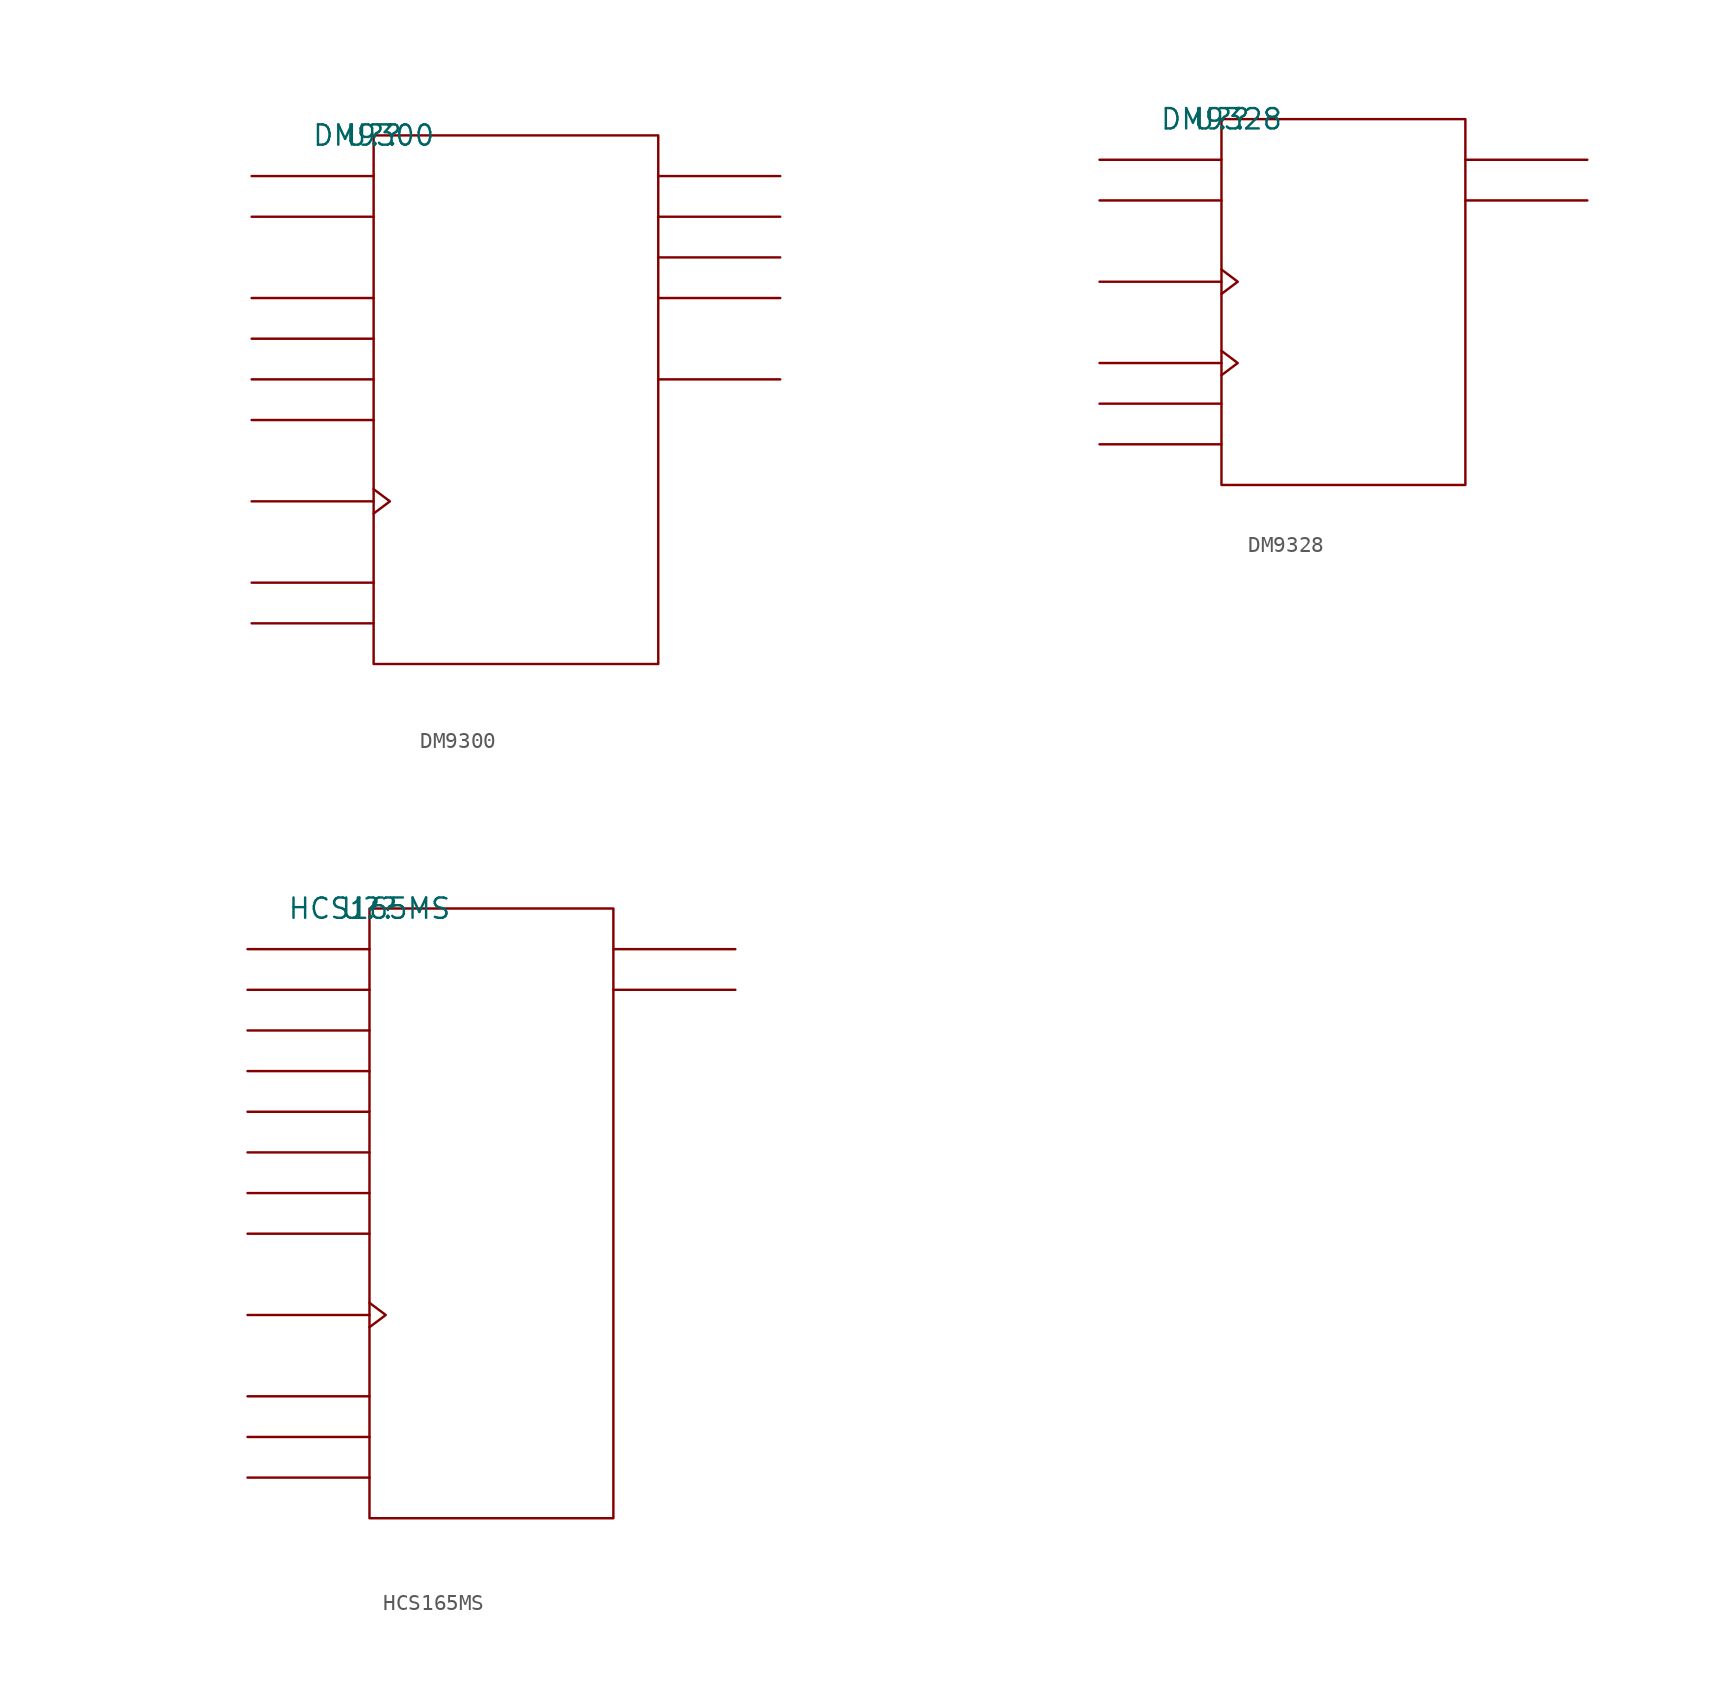
<source format=kicad_sym>
(kicad_symbol_lib
  (version 20211014)
  (generator kicad_symbol_editor)
  (symbol "DM9300"
    (pin_names
      (offset 0.762))
    (property "Reference" "U?"
      (at 0 0 0)
      (effects (font (size 1.27 1.27))))
    (property "Value" "DM9300"
      (at 0 0 0)
      (effects (font (size 1.27 1.27))))
    (symbol "DM9300_0_1"
      (rectangle (start 0 -33.02) (end 17.78 0) (stroke (width 0) (type default) (color 0 0 0 0)) (fill (type none)))
      (polyline (pts (xy 0 -30.48) (xy -7.62 -30.48)) (stroke (width 0) (type default) (color 0 0 0 0)) (fill (type none)))
      (polyline (pts (xy 0 -27.94) (xy -7.62 -27.94)) (stroke (width 0) (type default) (color 0 0 0 0)) (fill (type none)))
      (polyline (pts (xy 0 -22.86) (xy -7.62 -22.86)) (stroke (width 0) (type default) (color 0 0 0 0)) (fill (type none)))
      (polyline (pts (xy 0 -17.78) (xy -7.62 -17.78)) (stroke (width 0) (type default) (color 0 0 0 0)) (fill (type none)))
      (polyline (pts (xy 0 -15.24) (xy -7.62 -15.24)) (stroke (width 0) (type default) (color 0 0 0 0)) (fill (type none)))
      (polyline (pts (xy 0 -12.7) (xy -7.62 -12.7)) (stroke (width 0) (type default) (color 0 0 0 0)) (fill (type none)))
      (polyline (pts (xy 0 -10.16) (xy -7.62 -10.16)) (stroke (width 0) (type default) (color 0 0 0 0)) (fill (type none)))
      (polyline (pts (xy 0 -5.08) (xy -7.62 -5.08)) (stroke (width 0) (type default) (color 0 0 0 0)) (fill (type none)))
      (polyline (pts (xy 0 -2.54) (xy -7.62 -2.54)) (stroke (width 0) (type default) (color 0 0 0 0)) (fill (type none)))
      (polyline (pts (xy 17.78 -15.24) (xy 25.4 -15.24)) (stroke (width 0) (type default) (color 0 0 0 0)) (fill (type none)))
      (polyline (pts (xy 17.78 -10.16) (xy 25.4 -10.16)) (stroke (width 0) (type default) (color 0 0 0 0)) (fill (type none)))
      (polyline (pts (xy 17.78 -7.62) (xy 25.4 -7.62)) (stroke (width 0) (type default) (color 0 0 0 0)) (fill (type none)))
      (polyline (pts (xy 17.78 -5.08) (xy 25.4 -5.08)) (stroke (width 0) (type default) (color 0 0 0 0)) (fill (type none)))
      (polyline (pts (xy 17.78 -2.54) (xy 25.4 -2.54)) (stroke (width 0) (type default) (color 0 0 0 0)) (fill (type none)))
      (polyline (pts (xy 0 -22.098) (xy 1.016 -22.86) (xy 0 -23.622)) (stroke (width 0) (type default) (color 0 0 0 0)) (fill (type none))))
    (symbol "DM9300_1_1"
      (pin unspecified line (at -7.62 -27.94 0) (length 7.62) hide (name "CLR" (effects (font (size 1.245 1.245)))) (number "1" (effects (font (size 1.245 1.245)))))
      (pin unspecified line (at -7.62 -22.86 180) (length 7.62) hide (name "CLK" (effects (font (size 1.245 1.245)))) (number "10" (effects (font (size 1.245 1.245)))))
      (pin unspecified line (at 25.4 -15.24 180) (length 7.62) hide (name "Q\\D" (effects (font (size 1.245 1.245)))) (number "11" (effects (font (size 1.245 1.245)))))
      (pin unspecified line (at 25.4 -10.16 180) (length 7.62) hide (name "QD" (effects (font (size 1.245 1.245)))) (number "12" (effects (font (size 1.245 1.245)))))
      (pin unspecified line (at 25.4 -7.62 180) (length 7.62) hide (name "QC" (effects (font (size 1.245 1.245)))) (number "13" (effects (font (size 1.245 1.245)))))
      (pin unspecified line (at 25.4 -5.08 180) (length 7.62) hide (name "QB" (effects (font (size 1.245 1.245)))) (number "14" (effects (font (size 1.245 1.245)))))
      (pin unspecified line (at 25.4 -2.54 180) (length 7.62) hide (name "QA" (effects (font (size 1.245 1.245)))) (number "15" (effects (font (size 1.245 1.245)))))
      (pin power_in line (at 7.62 0 180) (length 7.62) hide (name "VCC" (effects (font (size 1.245 1.245)))) (number "16" (effects (font (size 1.245 1.245)))))
      (pin unspecified line (at -7.62 -2.54 0) (length 7.62) hide (name "J" (effects (font (size 1.245 1.245)))) (number "2" (effects (font (size 1.245 1.245)))))
      (pin unspecified line (at -7.62 -5.08 0) (length 7.62) hide (name "K\\" (effects (font (size 1.245 1.245)))) (number "3" (effects (font (size 1.245 1.245)))))
      (pin unspecified line (at -7.62 -10.16 0) (length 7.62) hide (name "P0" (effects (font (size 1.245 1.245)))) (number "4" (effects (font (size 1.245 1.245)))))
      (pin unspecified line (at -7.62 -12.7 0) (length 7.62) hide (name "P1" (effects (font (size 1.245 1.245)))) (number "5" (effects (font (size 1.245 1.245)))))
      (pin unspecified line (at -7.62 -15.24 0) (length 7.62) hide (name "P2" (effects (font (size 1.245 1.245)))) (number "6" (effects (font (size 1.245 1.245)))))
      (pin unspecified line (at -7.62 -17.78 0) (length 7.62) hide (name "P3" (effects (font (size 1.245 1.245)))) (number "7" (effects (font (size 1.245 1.245)))))
      (pin power_in line (at 15.24 -33.02 0) (length 7.62) hide (name "GND" (effects (font (size 1.245 1.245)))) (number "8" (effects (font (size 1.245 1.245)))))
      (pin unspecified line (at -7.62 -30.48 0) (length 7.62) hide (name "SFT/LOAD" (effects (font (size 1.245 1.245)))) (number "9" (effects (font (size 1.245 1.245)))))))
  (symbol "DM9328"
    (pin_names
      (offset 0.762))
    (property "Reference" "U?"
      (at 0 0 0)
      (effects (font (size 1.27 1.27))))
    (property "Value" "DM9328"
      (at 0 0 0)
      (effects (font (size 1.27 1.27))))
    (symbol "DM9328_0_1"
      (rectangle (start 0 -22.86) (end 15.24 0) (stroke (width 0) (type default) (color 0 0 0 0)) (fill (type none)))
      (polyline (pts (xy 0 -20.32) (xy -7.62 -20.32)) (stroke (width 0) (type default) (color 0 0 0 0)) (fill (type none)))
      (polyline (pts (xy 0 -17.78) (xy -7.62 -17.78)) (stroke (width 0) (type default) (color 0 0 0 0)) (fill (type none)))
      (polyline (pts (xy 0 -15.24) (xy -7.62 -15.24)) (stroke (width 0) (type default) (color 0 0 0 0)) (fill (type none)))
      (polyline (pts (xy 0 -10.16) (xy -7.62 -10.16)) (stroke (width 0) (type default) (color 0 0 0 0)) (fill (type none)))
      (polyline (pts (xy 0 -5.08) (xy -7.62 -5.08)) (stroke (width 0) (type default) (color 0 0 0 0)) (fill (type none)))
      (polyline (pts (xy 0 -2.54) (xy -7.62 -2.54)) (stroke (width 0) (type default) (color 0 0 0 0)) (fill (type none)))
      (polyline (pts (xy 15.24 -5.08) (xy 22.86 -5.08)) (stroke (width 0) (type default) (color 0 0 0 0)) (fill (type none)))
      (polyline (pts (xy 15.24 -2.54) (xy 22.86 -2.54)) (stroke (width 0) (type default) (color 0 0 0 0)) (fill (type none)))
      (polyline (pts (xy 0 -14.478) (xy 1.016 -15.24) (xy 0 -16.002)) (stroke (width 0) (type default) (color 0 0 0 0)) (fill (type none)))
      (polyline (pts (xy 0 -9.398) (xy 1.016 -10.16) (xy 0 -10.922)) (stroke (width 0) (type default) (color 0 0 0 0)) (fill (type none))))
    (symbol "DM9328_1_1"
      (pin unspecified line (at -7.62 -17.78 0) (length 7.62) hide (name "M\\R\\" (effects (font (size 1.245 1.245)))) (number "1" (effects (font (size 1.245 1.245)))))
      (pin power_in line (at 7.62 0 180) (length 7.62) hide (name "VCC" (effects (font (size 1.245 1.245)))) (number "16" (effects (font (size 1.245 1.245)))))
      (pin unspecified line (at 22.86 -5.08 180) (length 7.62) hide (name "Q\\7\\" (effects (font (size 1.245 1.245)))) (number "2" (effects (font (size 1.245 1.245)))))
      (pin unspecified line (at 22.86 -2.54 180) (length 7.62) hide (name "Q7" (effects (font (size 1.245 1.245)))) (number "3" (effects (font (size 1.245 1.245)))))
      (pin unspecified line (at -7.62 -20.32 0) (length 7.62) hide (name "S" (effects (font (size 1.245 1.245)))) (number "4" (effects (font (size 1.245 1.245)))))
      (pin unspecified line (at -7.62 -5.08 0) (length 7.62) hide (name "D1" (effects (font (size 1.245 1.245)))) (number "5" (effects (font (size 1.245 1.245)))))
      (pin unspecified line (at -7.62 -2.54 0) (length 7.62) hide (name "D0" (effects (font (size 1.245 1.245)))) (number "6" (effects (font (size 1.245 1.245)))))
      (pin unspecified line (at -7.62 -10.16 180) (length 7.62) hide (name "CLK" (effects (font (size 1.245 1.245)))) (number "7" (effects (font (size 1.245 1.245)))))
      (pin power_in line (at 12.7 -22.86 180) (length 7.62) hide (name "GND" (effects (font (size 1.245 1.245)))) (number "8" (effects (font (size 1.245 1.245)))))
      (pin unspecified line (at -7.62 -15.24 180) (length 7.62) hide (name "CPCOM" (effects (font (size 1.245 1.245)))) (number "9" (effects (font (size 1.245 1.245)))))))
  (symbol "HCS165MS"
    (pin_names
      (offset 0.762))
    (property "Reference" "U?"
      (at 0 0 0)
      (effects (font (size 1.27 1.27))))
    (property "Value" "HCS165MS"
      (at 0 0 0)
      (effects (font (size 1.27 1.27))))
    (symbol "HCS165MS_0_1"
      (rectangle (start 0 -38.1) (end 15.24 0) (stroke (width 0) (type default) (color 0 0 0 0)) (fill (type none)))
      (polyline (pts (xy 0 -35.56) (xy -7.62 -35.56)) (stroke (width 0) (type default) (color 0 0 0 0)) (fill (type none)))
      (polyline (pts (xy 0 -33.02) (xy -7.62 -33.02)) (stroke (width 0) (type default) (color 0 0 0 0)) (fill (type none)))
      (polyline (pts (xy 0 -30.48) (xy -7.62 -30.48)) (stroke (width 0) (type default) (color 0 0 0 0)) (fill (type none)))
      (polyline (pts (xy 0 -25.4) (xy -7.62 -25.4)) (stroke (width 0) (type default) (color 0 0 0 0)) (fill (type none)))
      (polyline (pts (xy 0 -20.32) (xy -7.62 -20.32)) (stroke (width 0) (type default) (color 0 0 0 0)) (fill (type none)))
      (polyline (pts (xy 0 -17.78) (xy -7.62 -17.78)) (stroke (width 0) (type default) (color 0 0 0 0)) (fill (type none)))
      (polyline (pts (xy 0 -15.24) (xy -7.62 -15.24)) (stroke (width 0) (type default) (color 0 0 0 0)) (fill (type none)))
      (polyline (pts (xy 0 -12.7) (xy -7.62 -12.7)) (stroke (width 0) (type default) (color 0 0 0 0)) (fill (type none)))
      (polyline (pts (xy 0 -10.16) (xy -7.62 -10.16)) (stroke (width 0) (type default) (color 0 0 0 0)) (fill (type none)))
      (polyline (pts (xy 0 -7.62) (xy -7.62 -7.62)) (stroke (width 0) (type default) (color 0 0 0 0)) (fill (type none)))
      (polyline (pts (xy 0 -5.08) (xy -7.62 -5.08)) (stroke (width 0) (type default) (color 0 0 0 0)) (fill (type none)))
      (polyline (pts (xy 0 -2.54) (xy -7.62 -2.54)) (stroke (width 0) (type default) (color 0 0 0 0)) (fill (type none)))
      (polyline (pts (xy 15.24 -5.08) (xy 22.86 -5.08)) (stroke (width 0) (type default) (color 0 0 0 0)) (fill (type none)))
      (polyline (pts (xy 15.24 -2.54) (xy 22.86 -2.54)) (stroke (width 0) (type default) (color 0 0 0 0)) (fill (type none)))
      (polyline (pts (xy 0 -24.638) (xy 1.016 -25.4) (xy 0 -26.162)) (stroke (width 0) (type default) (color 0 0 0 0)) (fill (type none))))
    (symbol "HCS165MS_1_1"
      (pin unspecified line (at -7.62 -35.56 0) (length 7.62) hide (name "P\\L\\" (effects (font (size 1.245 1.245)))) (number "1" (effects (font (size 1.245 1.245)))))
      (pin unspecified line (at -7.62 -30.48 0) (length 7.62) hide (name "DS" (effects (font (size 1.245 1.245)))) (number "10" (effects (font (size 1.245 1.245)))))
      (pin unspecified line (at -7.62 -2.54 0) (length 7.62) hide (name "D0" (effects (font (size 1.245 1.245)))) (number "11" (effects (font (size 1.245 1.245)))))
      (pin unspecified line (at -7.62 -5.08 0) (length 7.62) hide (name "D1" (effects (font (size 1.245 1.245)))) (number "12" (effects (font (size 1.245 1.245)))))
      (pin unspecified line (at -7.62 -7.62 0) (length 7.62) hide (name "D2" (effects (font (size 1.245 1.245)))) (number "13" (effects (font (size 1.245 1.245)))))
      (pin unspecified line (at -7.62 -10.16 0) (length 7.62) hide (name "D3" (effects (font (size 1.245 1.245)))) (number "14" (effects (font (size 1.245 1.245)))))
      (pin unspecified line (at -7.62 -33.02 0) (length 7.62) hide (name "C\\E\\" (effects (font (size 1.245 1.245)))) (number "15" (effects (font (size 1.245 1.245)))))
      (pin power_in line (at 7.62 0 0) (length 7.62) hide (name "VCC" (effects (font (size 1.245 1.245)))) (number "16" (effects (font (size 1.245 1.245)))))
      (pin unspecified line (at -7.62 -25.4 180) (length 7.62) hide (name "CLK" (effects (font (size 1.245 1.245)))) (number "2" (effects (font (size 1.245 1.245)))))
      (pin unspecified line (at -7.62 -12.7 0) (length 7.62) hide (name "D4" (effects (font (size 1.245 1.245)))) (number "3" (effects (font (size 1.245 1.245)))))
      (pin unspecified line (at -7.62 -15.24 0) (length 7.62) hide (name "D5" (effects (font (size 1.245 1.245)))) (number "4" (effects (font (size 1.245 1.245)))))
      (pin unspecified line (at -7.62 -17.78 0) (length 7.62) hide (name "D6" (effects (font (size 1.245 1.245)))) (number "5" (effects (font (size 1.245 1.245)))))
      (pin unspecified line (at -7.62 -20.32 0) (length 7.62) hide (name "D7" (effects (font (size 1.245 1.245)))) (number "6" (effects (font (size 1.245 1.245)))))
      (pin unspecified line (at 22.86 -5.08 180) (length 7.62) hide (name "Q\\7\\" (effects (font (size 1.245 1.245)))) (number "7" (effects (font (size 1.245 1.245)))))
      (pin power_in line (at 7.62 -38.1 180) (length 7.62) hide (name "GND" (effects (font (size 1.245 1.245)))) (number "8" (effects (font (size 1.245 1.245)))))
      (pin unspecified line (at 22.86 -2.54 180) (length 7.62) hide (name "Q7" (effects (font (size 1.245 1.245)))) (number "9" (effects (font (size 1.245 1.245))))))))
</source>
